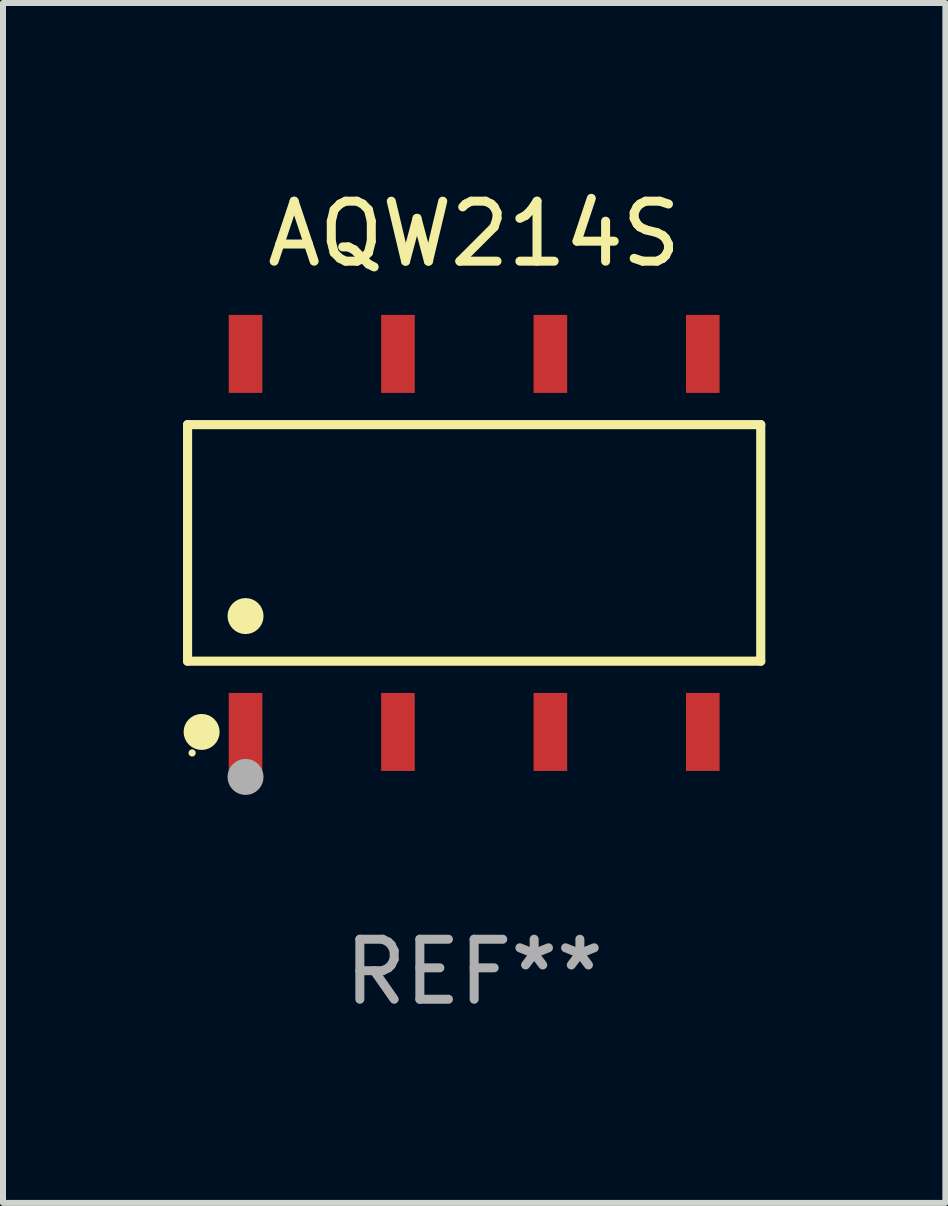
<source format=kicad_pcb>
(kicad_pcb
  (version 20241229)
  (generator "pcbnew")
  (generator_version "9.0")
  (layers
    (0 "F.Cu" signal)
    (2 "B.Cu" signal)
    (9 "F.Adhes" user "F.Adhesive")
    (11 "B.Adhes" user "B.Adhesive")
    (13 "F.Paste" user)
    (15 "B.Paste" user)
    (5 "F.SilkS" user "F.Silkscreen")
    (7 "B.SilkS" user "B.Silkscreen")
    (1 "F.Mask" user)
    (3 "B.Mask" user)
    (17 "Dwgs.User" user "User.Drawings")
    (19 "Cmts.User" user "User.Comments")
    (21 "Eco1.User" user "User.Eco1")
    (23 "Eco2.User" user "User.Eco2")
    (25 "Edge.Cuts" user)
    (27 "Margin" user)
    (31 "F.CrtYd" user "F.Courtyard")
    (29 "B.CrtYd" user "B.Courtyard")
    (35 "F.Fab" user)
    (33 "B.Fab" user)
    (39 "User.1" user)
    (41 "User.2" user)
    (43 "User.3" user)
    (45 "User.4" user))
  (footprint "AQW214S"
    (layer "F.Cu")
    (at 4.852 5.998)
    (property "Reference" "AQW214S" (at 0 -5.15 0) (layer "F.SilkS") (effects (font (size 1 1) (thickness 0.15))))
    (attr through_hole)
    (fp_line (start -4.776 -1.971) (end 4.776 -1.971) (stroke (width 0.152) (type solid)) (layer "F.SilkS"))
    (fp_line (start -4.776 1.971) (end -4.776 -1.971) (stroke (width 0.152) (type solid)) (layer "F.SilkS"))
    (fp_line (start 4.776 -1.971) (end 4.776 1.971) (stroke (width 0.152) (type solid)) (layer "F.SilkS"))
    (fp_line (start 4.776 1.971) (end -4.776 1.971) (stroke (width 0.152) (type solid)) (layer "F.SilkS"))
    (fp_circle (center -4.7 3.5) (end -4.67 3.5) (stroke (width 0.06) (type solid)) (fill no) (layer "F.SilkS"))
    (fp_circle (center -4.542 3.15) (end -4.392 3.15) (stroke (width 0.3) (type solid)) (fill no) (layer "F.SilkS"))
    (fp_circle (center -3.81 1.219) (end -3.66 1.219) (stroke (width 0.3) (type solid)) (fill no) (layer "F.SilkS"))
    (fp_circle (center -3.81 3.9) (end -3.66 3.9) (stroke (width 0.3) (type solid)) (fill no) (layer "F.Fab"))
    (fp_text user "REF**" (at 0 7.15 0) (layer "F.Fab") (effects (font (size 1 1) (thickness 0.15))))
    (pad "1" smd rect (at -3.81 3.15) (size 0.56 1.3) (layers "F.Cu" "F.Mask" "F.Paste"))
    (pad "2" smd rect (at -1.27 3.15) (size 0.56 1.3) (layers "F.Cu" "F.Mask" "F.Paste"))
    (pad "3" smd rect (at 1.27 3.15) (size 0.56 1.3) (layers "F.Cu" "F.Mask" "F.Paste"))
    (pad "4" smd rect (at 3.81 3.15) (size 0.56 1.3) (layers "F.Cu" "F.Mask" "F.Paste"))
    (pad "5" smd rect (at 3.81 -3.15) (size 0.56 1.3) (layers "F.Cu" "F.Mask" "F.Paste"))
    (pad "6" smd rect (at 1.27 -3.15) (size 0.56 1.3) (layers "F.Cu" "F.Mask" "F.Paste"))
    (pad "7" smd rect (at -1.27 -3.15) (size 0.56 1.3) (layers "F.Cu" "F.Mask" "F.Paste"))
    (pad "8" smd rect (at -3.81 -3.15) (size 0.56 1.3) (layers "F.Cu" "F.Mask" "F.Paste")))
  (gr_rect
    (start -3 -3)
    (end 12.705 16.997)
    (stroke (width 0.1) (type default))
    (fill no)
    (layer "Edge.Cuts")))
</source>
